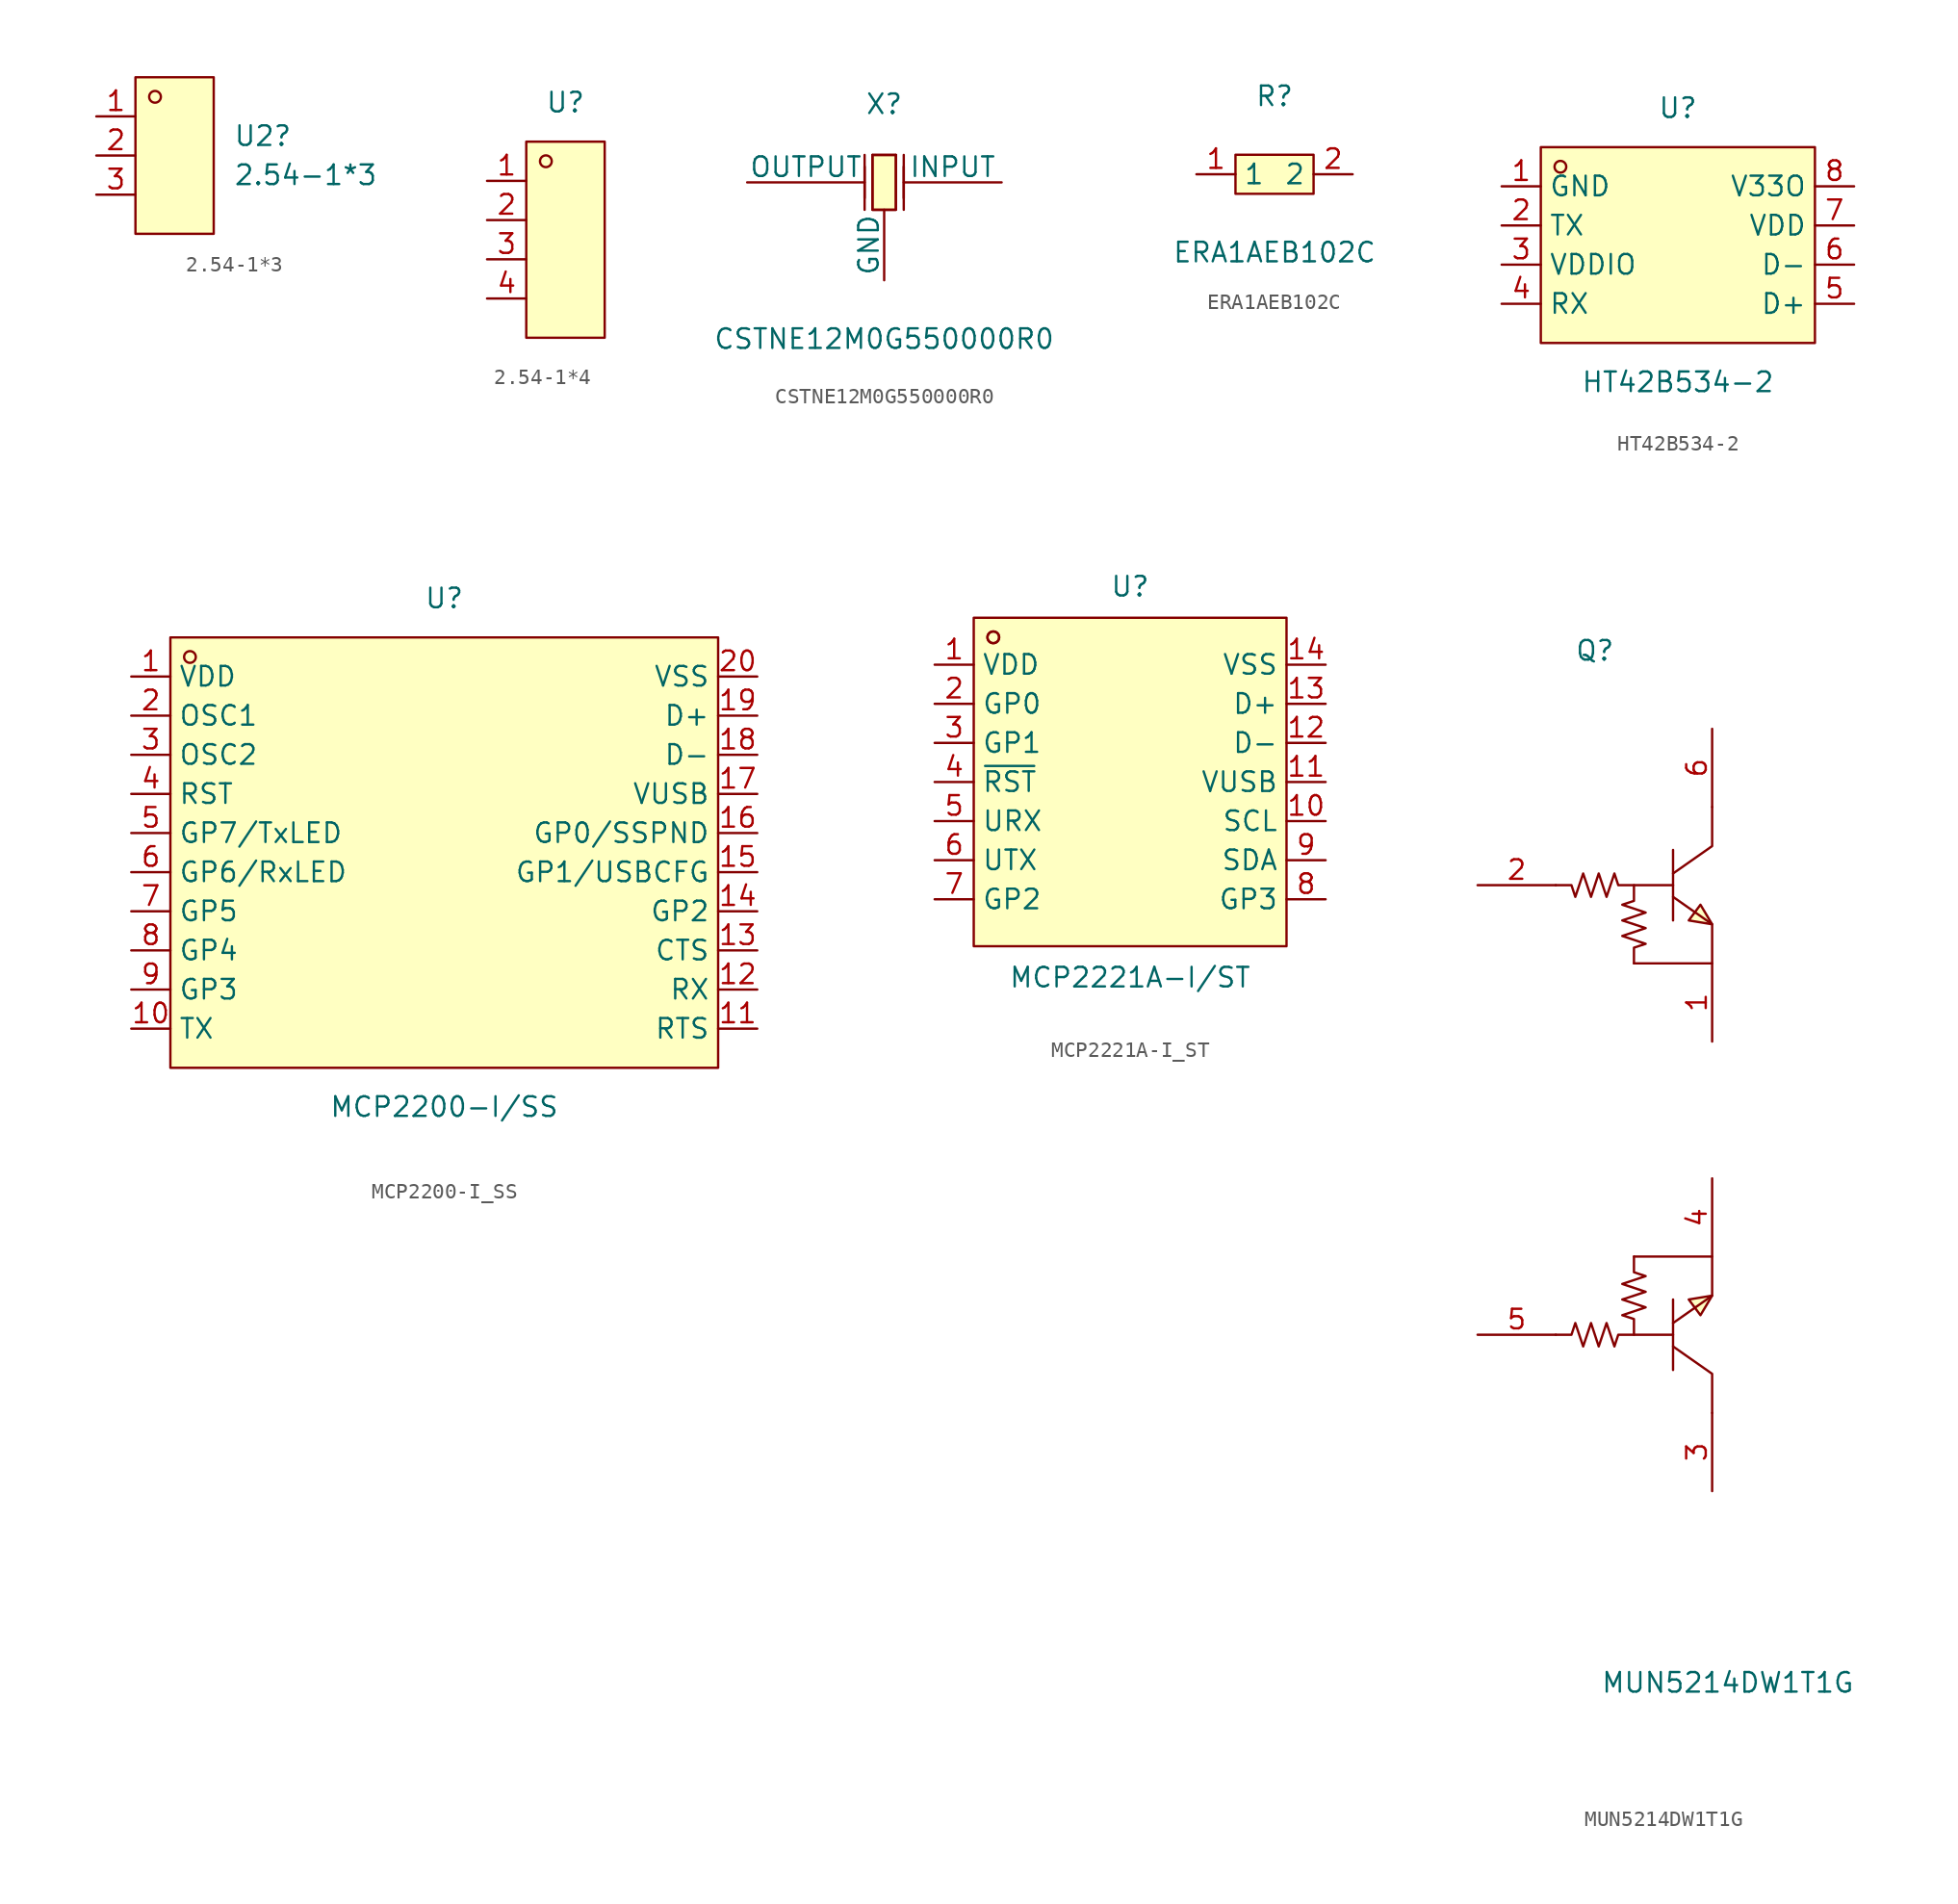
<source format=kicad_sym>
(kicad_symbol_lib
  (version 20231120)
  (generator "kicad_symbol_editor")
  (generator_version "8.0")
  (symbol "2.54-1*3"
    (pin_names
      (offset 0) hide)
    (property "Reference" "U2"
      (at 3.81 1.27 0)
      (effects (font (size 1.27 1.27)) (justify left)))
    (property "Value" "2.54-1*3"
      (at 3.81 -1.27 0)
      (effects (font (size 1.27 1.27)) (justify left)))
    (symbol "2.54-1*3_0_1"
      (rectangle (start -2.54 5.08) (end 2.54 -5.08) (stroke (width 0) (type default)) (fill (type background)))
      (circle (center -1.27 3.81) (radius 0.38) (stroke (width 0) (type default)) (fill (type none)))
      (pin unspecified line (at -5.08 2.54 0) (length 2.54) (name "1" (effects (font (size 1.27 1.27)))) (number "1" (effects (font (size 1.27 1.27)))))
      (pin unspecified line (at -5.08 0 0) (length 2.54) (name "2" (effects (font (size 1.27 1.27)))) (number "2" (effects (font (size 1.27 1.27)))))
      (pin unspecified line (at -5.08 -2.54 0) (length 2.54) (name "3" (effects (font (size 1.27 1.27)))) (number "3" (effects (font (size 1.27 1.27)))))))
  (symbol "2.54-1*4"
    (pin_names
      (offset 0) hide)
    (property "Reference" "U"
      (at 0 8.89 0)
      (effects (font (size 1.27 1.27))))
    (symbol "2.54-1*4_0_1"
      (rectangle (start -2.54 6.35) (end 2.54 -6.35) (stroke (width 0) (type default)) (fill (type background)))
      (circle (center -1.27 5.08) (radius 0.38) (stroke (width 0) (type default)) (fill (type none)))
      (pin unspecified line (at -5.08 3.81 0) (length 2.54) (name "1" (effects (font (size 1.27 1.27)))) (number "1" (effects (font (size 1.27 1.27)))))
      (pin unspecified line (at -5.08 1.27 0) (length 2.54) (name "2" (effects (font (size 1.27 1.27)))) (number "2" (effects (font (size 1.27 1.27)))))
      (pin unspecified line (at -5.08 -1.27 0) (length 2.54) (name "3" (effects (font (size 1.27 1.27)))) (number "3" (effects (font (size 1.27 1.27)))))
      (pin unspecified line (at -5.08 -3.81 0) (length 2.54) (name "4" (effects (font (size 1.27 1.27)))) (number "4" (effects (font (size 1.27 1.27)))))))
  (symbol "CSTNE12M0G550000R0"
    (pin_numbers hide)
    (pin_names
      (offset 0))
    (property "Reference" "X"
      (at 0 5.08 0)
      (effects (font (size 1.27 1.27))))
    (property "Value" "CSTNE12M0G550000R0"
      (at 0 -10.16 0)
      (effects (font (size 1.27 1.27))))
    (symbol "CSTNE12M0G550000R0_0_1"
      (polyline (pts (xy -1.27 1.02) (xy -1.27 -1.02)) (stroke (width 0) (type default)) (fill (type none)))
      (polyline (pts (xy -1.27 1.78) (xy -1.27 -1.78)) (stroke (width 0) (type default)) (fill (type none)))
      (polyline (pts (xy -0.76 1.78) (xy 0.76 1.78)) (stroke (width 0) (type default)) (fill (type none)))
      (polyline (pts (xy 1.27 1.02) (xy 1.27 -1.02)) (stroke (width 0) (type default)) (fill (type none)))
      (polyline (pts (xy 1.27 1.78) (xy 1.27 -1.78)) (stroke (width 0) (type default)) (fill (type none)))
      (polyline (pts (xy 0.76 1.78) (xy 0.76 -1.78) (xy -0.76 -1.78) (xy -0.76 1.78)) (stroke (width 0) (type default)) (fill (type none)))
      (polyline (pts (xy -0.76 -1.78) (xy -0.76 1.78) (xy 0.76 1.78) (xy 0.76 -1.78) (xy -0.76 -1.78)) (stroke (width 0) (type default)) (fill (type background))))
    (symbol "CSTNE12M0G550000R0_1_1"
      (pin input line (at 7.62 0 180) (length 6.35) (name "INPUT" (effects (font (size 1.27 1.27)))) (number "1" (effects (font (size 1.27 1.27)))))
      (pin power_in line (at 0 -6.35 90) (length 4.572) (name "GND" (effects (font (size 1.27 1.27)))) (number "2" (effects (font (size 1.27 1.27)))))
      (pin output line (at -8.89 0 0) (length 7.62) (name "OUTPUT" (effects (font (size 1.27 1.27)))) (number "3" (effects (font (size 1.27 1.27)))))))
  (symbol "ERA1AEB102C"
    (property "Reference" "R"
      (at 0 5.08 0)
      (effects (font (size 1.27 1.27))))
    (property "Value" "ERA1AEB102C"
      (at 0 -5.08 0)
      (effects (font (size 1.27 1.27))))
    (symbol "ERA1AEB102C_0_1"
      (rectangle (start -2.54 1.27) (end 2.54 -1.27) (stroke (width 0) (type default)) (fill (type background)))
      (pin unspecified line (at -5.08 0 0) (length 2.54) (name "1" (effects (font (size 1.27 1.27)))) (number "1" (effects (font (size 1.27 1.27)))))
      (pin unspecified line (at 5.08 0 180) (length 2.54) (name "2" (effects (font (size 1.27 1.27)))) (number "2" (effects (font (size 1.27 1.27)))))))
  (symbol "HT42B534-2"
    (property "Reference" "U"
      (at 0 8.89 0)
      (effects (font (size 1.27 1.27))))
    (property "Value" "HT42B534-2"
      (at 0 -8.89 0)
      (effects (font (size 1.27 1.27))))
    (symbol "HT42B534-2_0_1"
      (rectangle (start -8.89 6.35) (end 8.89 -6.35) (stroke (width 0) (type default)) (fill (type background)))
      (circle (center -7.62 5.08) (radius 0.38) (stroke (width 0) (type default)) (fill (type none)))
      (pin unspecified line (at -11.43 3.81 0) (length 2.54) (name "GND" (effects (font (size 1.27 1.27)))) (number "1" (effects (font (size 1.27 1.27)))))
      (pin unspecified line (at -11.43 1.27 0) (length 2.54) (name "TX" (effects (font (size 1.27 1.27)))) (number "2" (effects (font (size 1.27 1.27)))))
      (pin unspecified line (at -11.43 -1.27 0) (length 2.54) (name "VDDIO" (effects (font (size 1.27 1.27)))) (number "3" (effects (font (size 1.27 1.27)))))
      (pin unspecified line (at -11.43 -3.81 0) (length 2.54) (name "RX" (effects (font (size 1.27 1.27)))) (number "4" (effects (font (size 1.27 1.27)))))
      (pin unspecified line (at 11.43 -3.81 180) (length 2.54) (name "D+" (effects (font (size 1.27 1.27)))) (number "5" (effects (font (size 1.27 1.27)))))
      (pin unspecified line (at 11.43 -1.27 180) (length 2.54) (name "D-" (effects (font (size 1.27 1.27)))) (number "6" (effects (font (size 1.27 1.27)))))
      (pin unspecified line (at 11.43 1.27 180) (length 2.54) (name "VDD" (effects (font (size 1.27 1.27)))) (number "7" (effects (font (size 1.27 1.27)))))
      (pin unspecified line (at 11.43 3.81 180) (length 2.54) (name "V33O" (effects (font (size 1.27 1.27)))) (number "8" (effects (font (size 1.27 1.27)))))))
  (symbol "MCP2200-I_SS"
    (property "Reference" "U"
      (at 0 16.51 0)
      (effects (font (size 1.27 1.27))))
    (property "Value" "MCP2200-I/SS"
      (at 0 -16.51 0)
      (effects (font (size 1.27 1.27))))
    (symbol "MCP2200-I_SS_0_1"
      (rectangle (start -17.78 13.97) (end 17.78 -13.97) (stroke (width 0) (type default)) (fill (type background)))
      (circle (center -16.51 12.7) (radius 0.38) (stroke (width 0) (type default)) (fill (type none)))
      (pin unspecified line (at -20.32 11.43 0) (length 2.54) (name "VDD" (effects (font (size 1.27 1.27)))) (number "1" (effects (font (size 1.27 1.27)))))
      (pin unspecified line (at -20.32 -11.43 0) (length 2.54) (name "TX" (effects (font (size 1.27 1.27)))) (number "10" (effects (font (size 1.27 1.27)))))
      (pin unspecified line (at 20.32 -11.43 180) (length 2.54) (name "RTS" (effects (font (size 1.27 1.27)))) (number "11" (effects (font (size 1.27 1.27)))))
      (pin unspecified line (at 20.32 -8.89 180) (length 2.54) (name "RX" (effects (font (size 1.27 1.27)))) (number "12" (effects (font (size 1.27 1.27)))))
      (pin unspecified line (at 20.32 -6.35 180) (length 2.54) (name "CTS" (effects (font (size 1.27 1.27)))) (number "13" (effects (font (size 1.27 1.27)))))
      (pin unspecified line (at 20.32 -3.81 180) (length 2.54) (name "GP2" (effects (font (size 1.27 1.27)))) (number "14" (effects (font (size 1.27 1.27)))))
      (pin unspecified line (at 20.32 -1.27 180) (length 2.54) (name "GP1/USBCFG" (effects (font (size 1.27 1.27)))) (number "15" (effects (font (size 1.27 1.27)))))
      (pin unspecified line (at 20.32 1.27 180) (length 2.54) (name "GP0/SSPND" (effects (font (size 1.27 1.27)))) (number "16" (effects (font (size 1.27 1.27)))))
      (pin unspecified line (at 20.32 3.81 180) (length 2.54) (name "VUSB" (effects (font (size 1.27 1.27)))) (number "17" (effects (font (size 1.27 1.27)))))
      (pin unspecified line (at 20.32 6.35 180) (length 2.54) (name "D-" (effects (font (size 1.27 1.27)))) (number "18" (effects (font (size 1.27 1.27)))))
      (pin unspecified line (at 20.32 8.89 180) (length 2.54) (name "D+" (effects (font (size 1.27 1.27)))) (number "19" (effects (font (size 1.27 1.27)))))
      (pin unspecified line (at -20.32 8.89 0) (length 2.54) (name "OSC1" (effects (font (size 1.27 1.27)))) (number "2" (effects (font (size 1.27 1.27)))))
      (pin unspecified line (at 20.32 11.43 180) (length 2.54) (name "VSS" (effects (font (size 1.27 1.27)))) (number "20" (effects (font (size 1.27 1.27)))))
      (pin unspecified line (at -20.32 6.35 0) (length 2.54) (name "OSC2" (effects (font (size 1.27 1.27)))) (number "3" (effects (font (size 1.27 1.27)))))
      (pin unspecified line (at -20.32 3.81 0) (length 2.54) (name "RST" (effects (font (size 1.27 1.27)))) (number "4" (effects (font (size 1.27 1.27)))))
      (pin unspecified line (at -20.32 1.27 0) (length 2.54) (name "GP7/TxLED" (effects (font (size 1.27 1.27)))) (number "5" (effects (font (size 1.27 1.27)))))
      (pin unspecified line (at -20.32 -1.27 0) (length 2.54) (name "GP6/RxLED" (effects (font (size 1.27 1.27)))) (number "6" (effects (font (size 1.27 1.27)))))
      (pin unspecified line (at -20.32 -3.81 0) (length 2.54) (name "GP5" (effects (font (size 1.27 1.27)))) (number "7" (effects (font (size 1.27 1.27)))))
      (pin unspecified line (at -20.32 -6.35 0) (length 2.54) (name "GP4" (effects (font (size 1.27 1.27)))) (number "8" (effects (font (size 1.27 1.27)))))
      (pin unspecified line (at -20.32 -8.89 0) (length 2.54) (name "GP3" (effects (font (size 1.27 1.27)))) (number "9" (effects (font (size 1.27 1.27)))))))
  (symbol "MCP2221A-I_ST"
    (property "Reference" "U"
      (at 0 12.7 0)
      (effects (font (size 1.27 1.27))))
    (property "Value" "MCP2221A-I/ST"
      (at 0 -12.7 0)
      (effects (font (size 1.27 1.27))))
    (symbol "MCP2221A-I_ST_0_1"
      (rectangle (start -10.16 10.67) (end 10.16 -10.67) (stroke (width 0) (type default)) (fill (type background)))
      (circle (center -8.89 9.4) (radius 0.38) (stroke (width 0) (type default)) (fill (type none)))
      (circle (center -8.89 9.4) (radius 0.38) (stroke (width 0) (type default)) (fill (type none)))
      (pin unspecified line (at -12.7 7.62 0) (length 2.54) (name "VDD" (effects (font (size 1.27 1.27)))) (number "1" (effects (font (size 1.27 1.27)))))
      (pin unspecified line (at 12.7 -2.54 180) (length 2.54) (name "SCL" (effects (font (size 1.27 1.27)))) (number "10" (effects (font (size 1.27 1.27)))))
      (pin unspecified line (at 12.7 0 180) (length 2.54) (name "VUSB" (effects (font (size 1.27 1.27)))) (number "11" (effects (font (size 1.27 1.27)))))
      (pin unspecified line (at 12.7 2.54 180) (length 2.54) (name "D-" (effects (font (size 1.27 1.27)))) (number "12" (effects (font (size 1.27 1.27)))))
      (pin unspecified line (at 12.7 5.08 180) (length 2.54) (name "D+" (effects (font (size 1.27 1.27)))) (number "13" (effects (font (size 1.27 1.27)))))
      (pin unspecified line (at 12.7 7.62 180) (length 2.54) (name "VSS" (effects (font (size 1.27 1.27)))) (number "14" (effects (font (size 1.27 1.27)))))
      (pin unspecified line (at -12.7 5.08 0) (length 2.54) (name "GP0" (effects (font (size 1.27 1.27)))) (number "2" (effects (font (size 1.27 1.27)))))
      (pin unspecified line (at -12.7 2.54 0) (length 2.54) (name "GP1" (effects (font (size 1.27 1.27)))) (number "3" (effects (font (size 1.27 1.27)))))
      (pin unspecified line (at -12.7 0 0) (length 2.54) (name "~{RST}" (effects (font (size 1.27 1.27)))) (number "4" (effects (font (size 1.27 1.27)))))
      (pin unspecified line (at -12.7 -2.54 0) (length 2.54) (name "URX" (effects (font (size 1.27 1.27)))) (number "5" (effects (font (size 1.27 1.27)))))
      (pin unspecified line (at -12.7 -5.08 0) (length 2.54) (name "UTX" (effects (font (size 1.27 1.27)))) (number "6" (effects (font (size 1.27 1.27)))))
      (pin unspecified line (at -12.7 -7.62 0) (length 2.54) (name "GP2" (effects (font (size 1.27 1.27)))) (number "7" (effects (font (size 1.27 1.27)))))
      (pin unspecified line (at 12.7 -7.62 180) (length 2.54) (name "GP3" (effects (font (size 1.27 1.27)))) (number "8" (effects (font (size 1.27 1.27)))))
      (pin unspecified line (at 12.7 -5.08 180) (length 2.54) (name "SDA" (effects (font (size 1.27 1.27)))) (number "9" (effects (font (size 1.27 1.27)))))))
  (symbol "MUN5214DW1T1G"
    (pin_names hide)
    (property "Reference" "Q"
      (at -7.62 30.48 0)
      (effects (font (size 1.27 1.27))))
    (property "Value" "MUN5214DW1T1G"
      (at 1.016 -36.576 0)
      (effects (font (size 1.27 1.27))))
    (symbol "MUN5214DW1T1G_0_1"
      (polyline (pts (xy -2.54 -16.26) (xy -2.54 -11.68)) (stroke (width 0) (type default)) (fill (type none)))
      (polyline (pts (xy -2.54 17.53) (xy -2.54 12.95)) (stroke (width 0) (type default)) (fill (type none)))
      (polyline (pts (xy 0 -19.05) (xy 0 -16.51) (xy -2.54 -14.73)) (stroke (width 0) (type default)) (fill (type none)))
      (polyline (pts (xy 0 20.32) (xy 0 17.78) (xy -2.54 16)) (stroke (width 0) (type default)) (fill (type none)))
      (polyline (pts (xy -2.54 -13.21) (xy 0 -11.43) (xy 0 -8.89) (xy -5.08 -8.89)) (stroke (width 0) (type default)) (fill (type none)))
      (polyline (pts (xy -2.54 14.48) (xy 0 12.7) (xy 0 10.16) (xy -5.08 10.16)) (stroke (width 0) (type default)) (fill (type none)))
      (polyline (pts (xy 0 -11.43) (xy -0.76 -12.7) (xy -1.52 -11.68) (xy 0 -11.43)) (stroke (width 0) (type default)) (fill (type background)))
      (polyline (pts (xy 0 12.7) (xy -0.76 13.97) (xy -1.52 12.95) (xy 0 12.7)) (stroke (width 0) (type default)) (fill (type background)))
      (polyline (pts (xy -5.08 -8.89) (xy -5.08 -9.91) (xy -4.32 -10.16) (xy -5.84 -10.67) (xy -4.32 -11.18) (xy -5.84 -11.68) (xy -4.32 -12.19) (xy -5.84 -12.7) (xy -5.08 -12.95) (xy -5.08 -13.97)) (stroke (width 0) (type default)) (fill (type none)))
      (polyline (pts (xy -5.08 10.16) (xy -5.08 11.18) (xy -4.32 11.43) (xy -5.84 11.94) (xy -4.32 12.45) (xy -5.84 12.95) (xy -4.32 13.46) (xy -5.84 13.97) (xy -5.08 14.22) (xy -5.08 15.24)) (stroke (width 0) (type default)) (fill (type none)))
      (polyline (pts (xy -10.16 -13.97) (xy -9.14 -13.97) (xy -8.89 -13.21) (xy -8.38 -14.73) (xy -7.87 -13.21) (xy -7.37 -14.73) (xy -6.86 -13.21) (xy -6.35 -14.73) (xy -6.1 -13.97) (xy -5.08 -13.97) (xy -2.54 -13.97)) (stroke (width 0) (type default)) (fill (type none)))
      (polyline (pts (xy -10.16 15.24) (xy -9.14 15.24) (xy -8.89 14.48) (xy -8.38 16) (xy -7.87 14.48) (xy -7.37 16) (xy -6.86 14.48) (xy -6.35 16) (xy -6.1 15.24) (xy -5.08 15.24) (xy -2.54 15.24)) (stroke (width 0) (type default)) (fill (type none)))
      (pin unspecified line (at 0 5.08 90) (length 5.08) (name "1" (effects (font (size 1.27 1.27)))) (number "1" (effects (font (size 1.27 1.27)))))
      (pin unspecified line (at -15.24 15.24 0) (length 5.08) (name "2" (effects (font (size 1.27 1.27)))) (number "2" (effects (font (size 1.27 1.27)))))
      (pin unspecified line (at 0 -24.13 90) (length 5.08) (name "3" (effects (font (size 1.27 1.27)))) (number "3" (effects (font (size 1.27 1.27)))))
      (pin unspecified line (at 0 -3.81 270) (length 5.08) (name "4" (effects (font (size 1.27 1.27)))) (number "4" (effects (font (size 1.27 1.27)))))
      (pin unspecified line (at -15.24 -13.97 0) (length 5.08) (name "5" (effects (font (size 1.27 1.27)))) (number "5" (effects (font (size 1.27 1.27)))))
      (pin unspecified line (at 0 25.4 270) (length 5.08) (name "6" (effects (font (size 1.27 1.27)))) (number "6" (effects (font (size 1.27 1.27))))))))
</source>
